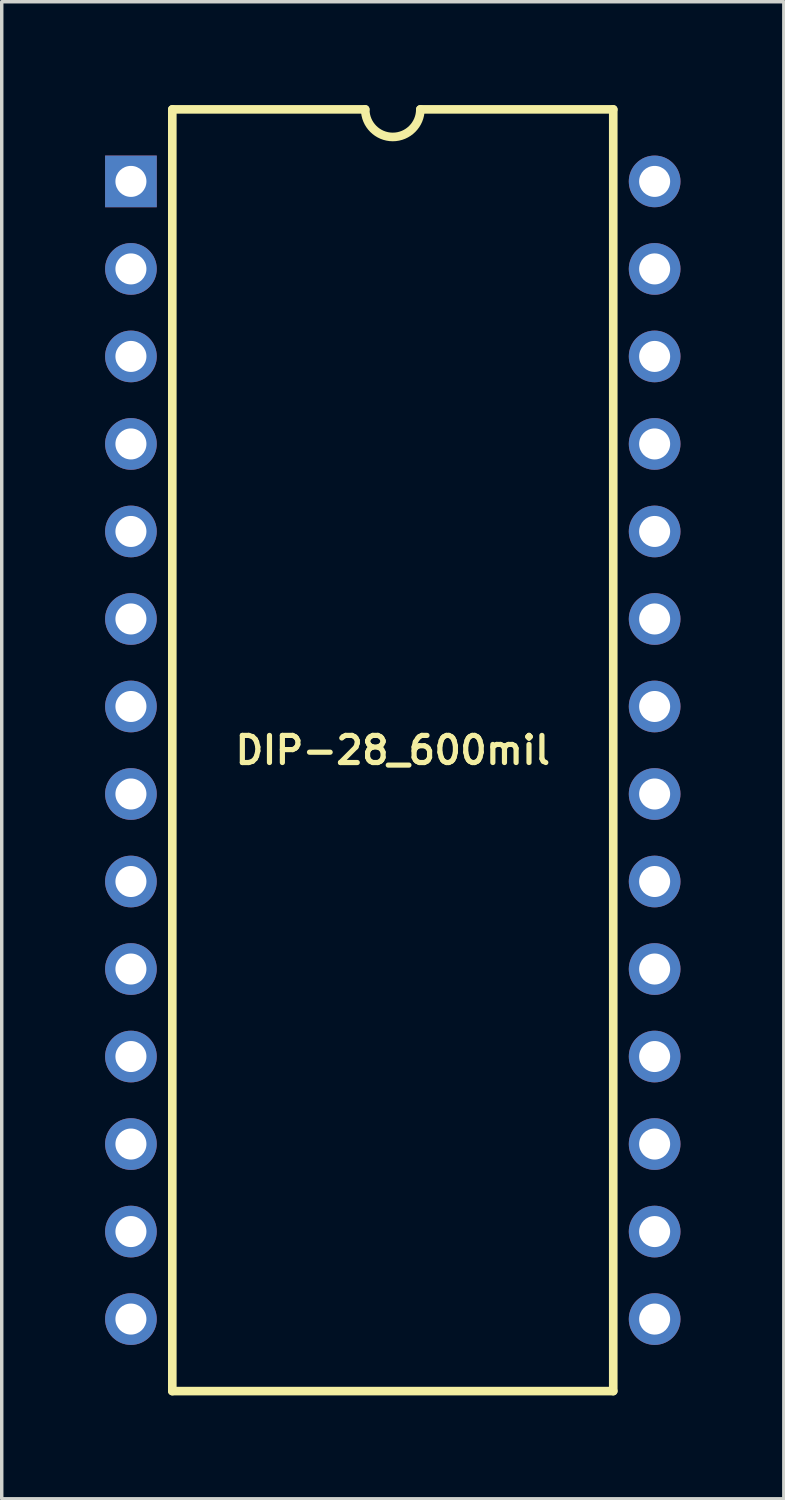
<source format=kicad_pcb>
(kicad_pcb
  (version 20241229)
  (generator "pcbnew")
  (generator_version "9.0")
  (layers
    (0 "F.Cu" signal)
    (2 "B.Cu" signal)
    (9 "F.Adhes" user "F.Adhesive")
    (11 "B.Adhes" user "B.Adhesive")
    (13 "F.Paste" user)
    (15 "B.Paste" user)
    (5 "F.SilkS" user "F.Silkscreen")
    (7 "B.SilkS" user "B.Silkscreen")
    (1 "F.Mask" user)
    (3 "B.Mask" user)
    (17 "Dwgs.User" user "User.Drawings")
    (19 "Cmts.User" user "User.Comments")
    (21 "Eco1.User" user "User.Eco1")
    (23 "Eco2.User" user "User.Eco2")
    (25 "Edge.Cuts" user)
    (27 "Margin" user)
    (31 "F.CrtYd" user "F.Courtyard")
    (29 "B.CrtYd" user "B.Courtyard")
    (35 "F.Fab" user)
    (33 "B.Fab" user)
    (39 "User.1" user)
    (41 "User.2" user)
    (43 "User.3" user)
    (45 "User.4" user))
  (footprint "DIP-28_600mil"
    (layer "F.Cu")
    (at 8.35 18.725)
    (property "Reference" "DIP-28_600mil" (at 0 0 0) (layer "F.SilkS") (effects (font (size 0.787 0.787) (thickness 0.15))))
    (attr through_hole)
    (fp_line (start -6.399 -18.6) (end -6.399 18.6) (stroke (width 0.25) (type solid)) (layer "F.SilkS"))
    (fp_line (start -6.399 -18.6) (end -0.8 -18.6) (stroke (width 0.25) (type solid)) (layer "F.SilkS"))
    (fp_line (start -6.399 18.6) (end 6.399 18.6) (stroke (width 0.25) (type solid)) (layer "F.SilkS"))
    (fp_line (start 6.399 -18.6) (end 0.8 -18.6) (stroke (width 0.25) (type solid)) (layer "F.SilkS"))
    (fp_line (start 6.399 -18.6) (end 6.399 18.6) (stroke (width 0.25) (type solid)) (layer "F.SilkS"))
    (fp_arc (start 0.8 -18.6) (mid 0 -17.800133) (end -0.8 -18.600001) (stroke (width 0.25) (type solid)) (layer "F.SilkS"))
    (pad "1" thru_hole rect (at -7.6 -16.51) (size 1.5 1.5) (drill 0.9) (layers "*.Cu" "*.Mask"))
    (pad "2" thru_hole circle (at -7.6 -13.97) (size 1.5 1.5) (drill 0.9) (layers "*.Cu" "*.Mask"))
    (pad "3" thru_hole circle (at -7.6 -11.43) (size 1.5 1.5) (drill 0.9) (layers "*.Cu" "*.Mask"))
    (pad "4" thru_hole circle (at -7.6 -8.89) (size 1.5 1.5) (drill 0.9) (layers "*.Cu" "*.Mask"))
    (pad "5" thru_hole circle (at -7.6 -6.35) (size 1.5 1.5) (drill 0.9) (layers "*.Cu" "*.Mask"))
    (pad "6" thru_hole circle (at -7.6 -3.81) (size 1.5 1.5) (drill 0.9) (layers "*.Cu" "*.Mask"))
    (pad "7" thru_hole circle (at -7.6 -1.27) (size 1.5 1.5) (drill 0.9) (layers "*.Cu" "*.Mask"))
    (pad "8" thru_hole circle (at -7.6 1.27) (size 1.5 1.5) (drill 0.9) (layers "*.Cu" "*.Mask"))
    (pad "9" thru_hole circle (at -7.6 3.81) (size 1.5 1.5) (drill 0.9) (layers "*.Cu" "*.Mask"))
    (pad "10" thru_hole circle (at -7.6 6.35) (size 1.5 1.5) (drill 0.9) (layers "*.Cu" "*.Mask"))
    (pad "11" thru_hole circle (at -7.6 8.89) (size 1.5 1.5) (drill 0.9) (layers "*.Cu" "*.Mask"))
    (pad "12" thru_hole circle (at -7.6 11.43) (size 1.5 1.5) (drill 0.9) (layers "*.Cu" "*.Mask"))
    (pad "13" thru_hole circle (at -7.6 13.97) (size 1.5 1.5) (drill 0.9) (layers "*.Cu" "*.Mask"))
    (pad "14" thru_hole circle (at -7.6 16.51) (size 1.5 1.5) (drill 0.9) (layers "*.Cu" "*.Mask"))
    (pad "15" thru_hole circle (at 7.6 16.51) (size 1.5 1.5) (drill 0.9) (layers "*.Cu" "*.Mask"))
    (pad "16" thru_hole circle (at 7.6 13.97) (size 1.5 1.5) (drill 0.9) (layers "*.Cu" "*.Mask"))
    (pad "17" thru_hole circle (at 7.6 11.43) (size 1.5 1.5) (drill 0.9) (layers "*.Cu" "*.Mask"))
    (pad "18" thru_hole circle (at 7.6 8.89) (size 1.5 1.5) (drill 0.9) (layers "*.Cu" "*.Mask"))
    (pad "19" thru_hole circle (at 7.6 6.35) (size 1.5 1.5) (drill 0.9) (layers "*.Cu" "*.Mask"))
    (pad "20" thru_hole circle (at 7.6 3.81) (size 1.5 1.5) (drill 0.9) (layers "*.Cu" "*.Mask"))
    (pad "21" thru_hole circle (at 7.6 1.27) (size 1.5 1.5) (drill 0.9) (layers "*.Cu" "*.Mask"))
    (pad "22" thru_hole circle (at 7.6 -1.27) (size 1.5 1.5) (drill 0.9) (layers "*.Cu" "*.Mask"))
    (pad "23" thru_hole circle (at 7.6 -3.81) (size 1.5 1.5) (drill 0.9) (layers "*.Cu" "*.Mask"))
    (pad "24" thru_hole circle (at 7.6 -6.35) (size 1.5 1.5) (drill 0.9) (layers "*.Cu" "*.Mask"))
    (pad "25" thru_hole circle (at 7.6 -8.89) (size 1.5 1.5) (drill 0.9) (layers "*.Cu" "*.Mask"))
    (pad "26" thru_hole circle (at 7.6 -11.43) (size 1.5 1.5) (drill 0.9) (layers "*.Cu" "*.Mask"))
    (pad "27" thru_hole circle (at 7.6 -13.97) (size 1.5 1.5) (drill 0.9) (layers "*.Cu" "*.Mask"))
    (pad "28" thru_hole circle (at 7.6 -16.51) (size 1.5 1.5) (drill 0.9) (layers "*.Cu" "*.Mask")))
  (gr_rect
    (start -3 -3)
    (end 19.7 40.45)
    (stroke (width 0.1) (type default))
    (fill no)
    (layer "Edge.Cuts")))
</source>
